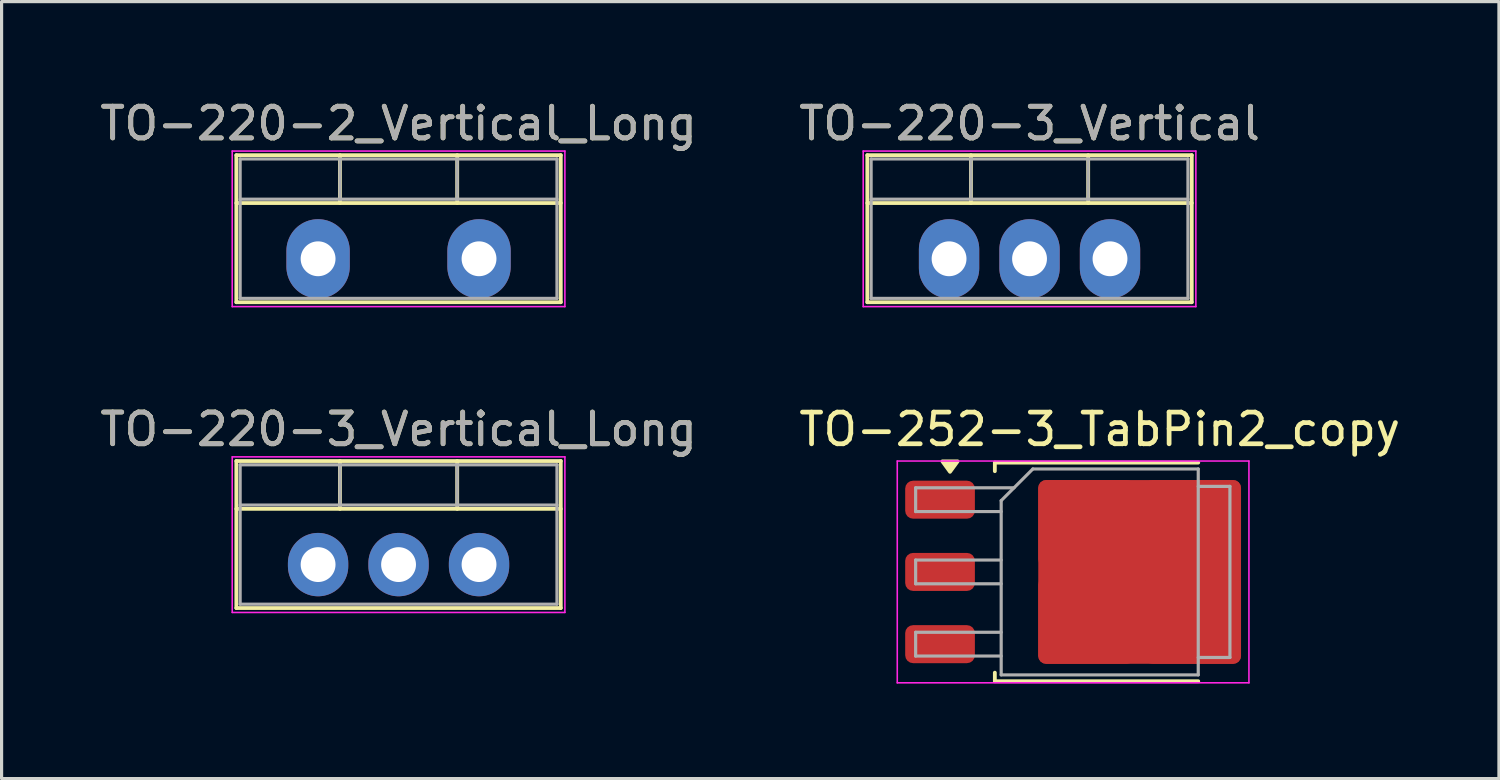
<source format=kicad_pcb>
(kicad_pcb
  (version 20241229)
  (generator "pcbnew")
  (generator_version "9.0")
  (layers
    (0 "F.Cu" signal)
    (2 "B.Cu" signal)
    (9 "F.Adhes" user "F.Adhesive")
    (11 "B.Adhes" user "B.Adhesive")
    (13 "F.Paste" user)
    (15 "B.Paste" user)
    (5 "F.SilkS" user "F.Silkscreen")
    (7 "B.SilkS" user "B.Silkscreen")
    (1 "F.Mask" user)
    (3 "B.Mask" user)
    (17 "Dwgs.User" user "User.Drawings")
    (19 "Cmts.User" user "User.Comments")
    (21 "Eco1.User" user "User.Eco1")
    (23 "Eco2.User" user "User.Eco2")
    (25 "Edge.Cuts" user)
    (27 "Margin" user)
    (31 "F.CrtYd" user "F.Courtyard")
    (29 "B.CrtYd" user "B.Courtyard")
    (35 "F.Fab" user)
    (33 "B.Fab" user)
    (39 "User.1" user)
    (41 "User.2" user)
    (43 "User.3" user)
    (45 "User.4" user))
  (footprint "TO-252-3_TabPin2_copy"
    (layer "F.Cu")
    (at 31.661 15.002)
    (property "Reference" "TO-252-3_TabPin2_copy" (at 0 -4.5 0) (layer "F.SilkS") (effects (font (size 1 1) (thickness 0.15))))
    (attr smd)
    (fp_line (start -3.31 -3.45) (end -3.31 -3.18) (stroke (width 0.12) (type solid)) (layer "F.SilkS"))
    (fp_line (start -3.31 3.45) (end -3.31 3.18) (stroke (width 0.12) (type solid)) (layer "F.SilkS"))
    (fp_line (start 3.11 -3.45) (end -3.31 -3.45) (stroke (width 0.12) (type solid)) (layer "F.SilkS"))
    (fp_line (start 3.11 3.45) (end -3.31 3.45) (stroke (width 0.12) (type solid)) (layer "F.SilkS"))
    (fp_poly (pts (xy -4.725 -3.16) (xy -4.965 -3.49) (xy -4.485 -3.49) (xy -4.725 -3.16)) (stroke (width 0.12) (type solid)) (fill yes) (layer "F.SilkS"))
    (fp_line (start -6.39 -3.5) (end -6.39 3.5) (stroke (width 0.05) (type solid)) (layer "F.CrtYd"))
    (fp_line (start -6.39 3.5) (end 4.71 3.5) (stroke (width 0.05) (type solid)) (layer "F.CrtYd"))
    (fp_line (start 4.71 -3.5) (end -6.39 -3.5) (stroke (width 0.05) (type solid)) (layer "F.CrtYd"))
    (fp_line (start 4.71 3.5) (end 4.71 -3.5) (stroke (width 0.05) (type solid)) (layer "F.CrtYd"))
    (fp_line (start -5.81 -2.655) (end -5.81 -1.905) (stroke (width 0.1) (type solid)) (layer "F.Fab"))
    (fp_line (start -5.81 -1.905) (end -3.11 -1.905) (stroke (width 0.1) (type solid)) (layer "F.Fab"))
    (fp_line (start -5.81 -0.375) (end -5.81 0.375) (stroke (width 0.1) (type solid)) (layer "F.Fab"))
    (fp_line (start -5.81 0.375) (end -3.11 0.375) (stroke (width 0.1) (type solid)) (layer "F.Fab"))
    (fp_line (start -5.81 1.905) (end -5.81 2.655) (stroke (width 0.1) (type solid)) (layer "F.Fab"))
    (fp_line (start -5.81 2.655) (end -3.11 2.655) (stroke (width 0.1) (type solid)) (layer "F.Fab"))
    (fp_line (start -3.11 -2.25) (end -2.11 -3.25) (stroke (width 0.1) (type solid)) (layer "F.Fab"))
    (fp_line (start -3.11 -0.375) (end -5.81 -0.375) (stroke (width 0.1) (type solid)) (layer "F.Fab"))
    (fp_line (start -3.11 1.905) (end -5.81 1.905) (stroke (width 0.1) (type solid)) (layer "F.Fab"))
    (fp_line (start -3.11 3.25) (end -3.11 -2.25) (stroke (width 0.1) (type solid)) (layer "F.Fab"))
    (fp_line (start -2.705 -2.655) (end -5.81 -2.655) (stroke (width 0.1) (type solid)) (layer "F.Fab"))
    (fp_line (start -2.11 -3.25) (end 3.11 -3.25) (stroke (width 0.1) (type solid)) (layer "F.Fab"))
    (fp_line (start 3.11 -3.25) (end 3.11 3.25) (stroke (width 0.1) (type solid)) (layer "F.Fab"))
    (fp_line (start 3.11 -2.7) (end 4.11 -2.7) (stroke (width 0.1) (type solid)) (layer "F.Fab"))
    (fp_line (start 3.11 3.25) (end -3.11 3.25) (stroke (width 0.1) (type solid)) (layer "F.Fab"))
    (fp_line (start 4.11 -2.7) (end 4.11 2.7) (stroke (width 0.1) (type solid)) (layer "F.Fab"))
    (fp_line (start 4.11 2.7) (end 3.11 2.7) (stroke (width 0.1) (type solid)) (layer "F.Fab"))
    (pad "1" smd roundrect (at -5.04 -2.28) (size 2.2 1.2) (layers "F.Cu" "F.Mask" "F.Paste") (roundrect_rratio 0.208))
    (pad "2" smd roundrect (at -5.04 0) (size 2.2 1.2) (layers "F.Cu" "F.Mask" "F.Paste") (roundrect_rratio 0.208))
    (pad "2" smd roundrect (at -0.415 -1.525) (size 3.05 2.75) (layers "F.Cu" "F.Paste") (roundrect_rratio 0.091))
    (pad "2" smd roundrect (at -0.415 1.525) (size 3.05 2.75) (layers "F.Cu" "F.Paste") (roundrect_rratio 0.091))
    (pad "2" smd roundrect (at 1.26 0) (size 6.4 5.8) (layers "F.Cu" "F.Mask") (roundrect_rratio 0.043))
    (pad "2" smd roundrect (at 2.935 -1.525) (size 3.05 2.75) (layers "F.Cu" "F.Paste") (roundrect_rratio 0.091))
    (pad "2" smd roundrect (at 2.935 1.525) (size 3.05 2.75) (layers "F.Cu" "F.Paste") (roundrect_rratio 0.091))
    (pad "3" smd roundrect (at -5.04 2.28) (size 2.2 1.2) (layers "F.Cu" "F.Mask" "F.Paste") (roundrect_rratio 0.208)))
  (footprint "TO-220-2_Vertical_Long"
    (layer "F.Cu")
    (at 6.99 5.118)
    (property "Reference" "TO-220-2_Vertical_Long" (at 2.54 -4.27 0) (layer "F.SilkS") (effects (font (size 1 1) (thickness 0.15))))
    (attr through_hole)
    (fp_line (start -2.58 -3.27) (end -2.58 1.371) (stroke (width 0.12) (type solid)) (layer "F.SilkS"))
    (fp_line (start -2.58 -3.27) (end 7.66 -3.27) (stroke (width 0.12) (type solid)) (layer "F.SilkS"))
    (fp_line (start -2.58 -1.76) (end 7.66 -1.76) (stroke (width 0.12) (type solid)) (layer "F.SilkS"))
    (fp_line (start -2.58 1.371) (end 7.66 1.371) (stroke (width 0.12) (type solid)) (layer "F.SilkS"))
    (fp_line (start 0.69 -3.27) (end 0.69 -1.76) (stroke (width 0.12) (type solid)) (layer "F.SilkS"))
    (fp_line (start 4.391 -3.27) (end 4.391 -1.76) (stroke (width 0.12) (type solid)) (layer "F.SilkS"))
    (fp_line (start 7.66 -3.27) (end 7.66 1.371) (stroke (width 0.12) (type solid)) (layer "F.SilkS"))
    (fp_line (start -2.71 -3.4) (end -2.71 1.51) (stroke (width 0.05) (type solid)) (layer "F.CrtYd"))
    (fp_line (start -2.71 1.51) (end 7.79 1.51) (stroke (width 0.05) (type solid)) (layer "F.CrtYd"))
    (fp_line (start 7.79 -3.4) (end -2.71 -3.4) (stroke (width 0.05) (type solid)) (layer "F.CrtYd"))
    (fp_line (start 7.79 1.51) (end 7.79 -3.4) (stroke (width 0.05) (type solid)) (layer "F.CrtYd"))
    (fp_line (start -2.46 -3.15) (end -2.46 1.25) (stroke (width 0.1) (type solid)) (layer "F.Fab"))
    (fp_line (start -2.46 -1.88) (end 7.54 -1.88) (stroke (width 0.1) (type solid)) (layer "F.Fab"))
    (fp_line (start -2.46 1.25) (end 7.54 1.25) (stroke (width 0.1) (type solid)) (layer "F.Fab"))
    (fp_line (start 0.69 -3.15) (end 0.69 -1.88) (stroke (width 0.1) (type solid)) (layer "F.Fab"))
    (fp_line (start 4.39 -3.15) (end 4.39 -1.88) (stroke (width 0.1) (type solid)) (layer "F.Fab"))
    (fp_line (start 7.54 -3.15) (end -2.46 -3.15) (stroke (width 0.1) (type solid)) (layer "F.Fab"))
    (fp_line (start 7.54 1.25) (end 7.54 -3.15) (stroke (width 0.1) (type solid)) (layer "F.Fab"))
    (fp_text user "${REFERENCE}" (at 2.54 -4.27 0) (layer "F.Fab") (effects (font (size 1 1) (thickness 0.15))))
    (pad "1" thru_hole oval (at 0 0) (size 2 2.5) (drill 1.1) (layers "*.Cu" "*.Mask"))
    (pad "2" thru_hole oval (at 5.08 0) (size 2 2.5) (drill 1.1) (layers "*.Cu" "*.Mask")))
  (footprint "TO-220-3_Vertical"
    (layer "F.Cu")
    (at 26.906 5.118)
    (property "Reference" "TO-220-3_Vertical" (at 2.54 -4.27 0) (layer "F.SilkS") (effects (font (size 1 1) (thickness 0.15))))
    (attr through_hole)
    (fp_line (start -2.58 -3.27) (end -2.58 1.371) (stroke (width 0.12) (type solid)) (layer "F.SilkS"))
    (fp_line (start -2.58 -3.27) (end 7.66 -3.27) (stroke (width 0.12) (type solid)) (layer "F.SilkS"))
    (fp_line (start -2.58 -1.76) (end 7.66 -1.76) (stroke (width 0.12) (type solid)) (layer "F.SilkS"))
    (fp_line (start -2.58 1.371) (end 7.66 1.371) (stroke (width 0.12) (type solid)) (layer "F.SilkS"))
    (fp_line (start 0.69 -3.27) (end 0.69 -1.76) (stroke (width 0.12) (type solid)) (layer "F.SilkS"))
    (fp_line (start 4.391 -3.27) (end 4.391 -1.76) (stroke (width 0.12) (type solid)) (layer "F.SilkS"))
    (fp_line (start 7.66 -3.27) (end 7.66 1.371) (stroke (width 0.12) (type solid)) (layer "F.SilkS"))
    (fp_line (start -2.71 -3.4) (end -2.71 1.51) (stroke (width 0.05) (type solid)) (layer "F.CrtYd"))
    (fp_line (start -2.71 1.51) (end 7.79 1.51) (stroke (width 0.05) (type solid)) (layer "F.CrtYd"))
    (fp_line (start 7.79 -3.4) (end -2.71 -3.4) (stroke (width 0.05) (type solid)) (layer "F.CrtYd"))
    (fp_line (start 7.79 1.51) (end 7.79 -3.4) (stroke (width 0.05) (type solid)) (layer "F.CrtYd"))
    (fp_line (start -2.46 -3.15) (end -2.46 1.25) (stroke (width 0.1) (type solid)) (layer "F.Fab"))
    (fp_line (start -2.46 -1.88) (end 7.54 -1.88) (stroke (width 0.1) (type solid)) (layer "F.Fab"))
    (fp_line (start -2.46 1.25) (end 7.54 1.25) (stroke (width 0.1) (type solid)) (layer "F.Fab"))
    (fp_line (start 0.69 -3.15) (end 0.69 -1.88) (stroke (width 0.1) (type solid)) (layer "F.Fab"))
    (fp_line (start 4.39 -3.15) (end 4.39 -1.88) (stroke (width 0.1) (type solid)) (layer "F.Fab"))
    (fp_line (start 7.54 -3.15) (end -2.46 -3.15) (stroke (width 0.1) (type solid)) (layer "F.Fab"))
    (fp_line (start 7.54 1.25) (end 7.54 -3.15) (stroke (width 0.1) (type solid)) (layer "F.Fab"))
    (fp_text user "${REFERENCE}" (at 2.54 -4.27 0) (layer "F.Fab") (effects (font (size 1 1) (thickness 0.15))))
    (pad "1" thru_hole oval (at 0 0) (size 1.905 2.5) (drill 1.1) (layers "*.Cu" "*.Mask"))
    (pad "2" thru_hole oval (at 2.54 0) (size 1.905 2.5) (drill 1.1) (layers "*.Cu" "*.Mask"))
    (pad "3" thru_hole oval (at 5.08 0) (size 1.905 2.5) (drill 1.1) (layers "*.Cu" "*.Mask")))
  (footprint "TO-220-3_Vertical_Long"
    (layer "F.Cu")
    (at 6.99 14.771)
    (property "Reference" "TO-220-3_Vertical_Long" (at 2.54 -4.27 0) (layer "F.SilkS") (effects (font (size 1 1) (thickness 0.15))))
    (attr through_hole)
    (fp_line (start -2.58 -3.27) (end -2.58 1.371) (stroke (width 0.12) (type solid)) (layer "F.SilkS"))
    (fp_line (start -2.58 -3.27) (end 7.66 -3.27) (stroke (width 0.12) (type solid)) (layer "F.SilkS"))
    (fp_line (start -2.58 -1.76) (end 7.66 -1.76) (stroke (width 0.12) (type solid)) (layer "F.SilkS"))
    (fp_line (start -2.58 1.371) (end 7.66 1.371) (stroke (width 0.12) (type solid)) (layer "F.SilkS"))
    (fp_line (start 0.69 -3.27) (end 0.69 -1.76) (stroke (width 0.12) (type solid)) (layer "F.SilkS"))
    (fp_line (start 4.391 -3.27) (end 4.391 -1.76) (stroke (width 0.12) (type solid)) (layer "F.SilkS"))
    (fp_line (start 7.66 -3.27) (end 7.66 1.371) (stroke (width 0.12) (type solid)) (layer "F.SilkS"))
    (fp_line (start -2.71 -3.4) (end -2.71 1.51) (stroke (width 0.05) (type solid)) (layer "F.CrtYd"))
    (fp_line (start -2.71 1.51) (end 7.79 1.51) (stroke (width 0.05) (type solid)) (layer "F.CrtYd"))
    (fp_line (start 7.79 -3.4) (end -2.71 -3.4) (stroke (width 0.05) (type solid)) (layer "F.CrtYd"))
    (fp_line (start 7.79 1.51) (end 7.79 -3.4) (stroke (width 0.05) (type solid)) (layer "F.CrtYd"))
    (fp_line (start -2.46 -3.15) (end -2.46 1.25) (stroke (width 0.1) (type solid)) (layer "F.Fab"))
    (fp_line (start -2.46 -1.88) (end 7.54 -1.88) (stroke (width 0.1) (type solid)) (layer "F.Fab"))
    (fp_line (start -2.46 1.25) (end 7.54 1.25) (stroke (width 0.1) (type solid)) (layer "F.Fab"))
    (fp_line (start 0.69 -3.15) (end 0.69 -1.88) (stroke (width 0.1) (type solid)) (layer "F.Fab"))
    (fp_line (start 4.39 -3.15) (end 4.39 -1.88) (stroke (width 0.1) (type solid)) (layer "F.Fab"))
    (fp_line (start 7.54 -3.15) (end -2.46 -3.15) (stroke (width 0.1) (type solid)) (layer "F.Fab"))
    (fp_line (start 7.54 1.25) (end 7.54 -3.15) (stroke (width 0.1) (type solid)) (layer "F.Fab"))
    (fp_text user "${REFERENCE}" (at 2.54 -4.27 0) (layer "F.Fab") (effects (font (size 1 1) (thickness 0.15))))
    (pad "1" thru_hole oval (at 0 0) (size 1.905 2) (drill 1.1) (layers "*.Cu" "*.Mask"))
    (pad "2" thru_hole oval (at 2.54 0) (size 1.905 2) (drill 1.1) (layers "*.Cu" "*.Mask"))
    (pad "3" thru_hole oval (at 5.08 0) (size 1.905 2) (drill 1.1) (layers "*.Cu" "*.Mask")))
  (gr_rect
    (start -3 -3)
    (end 44.262 21.526)
    (stroke (width 0.1) (type default))
    (fill no)
    (layer "Edge.Cuts")))
</source>
